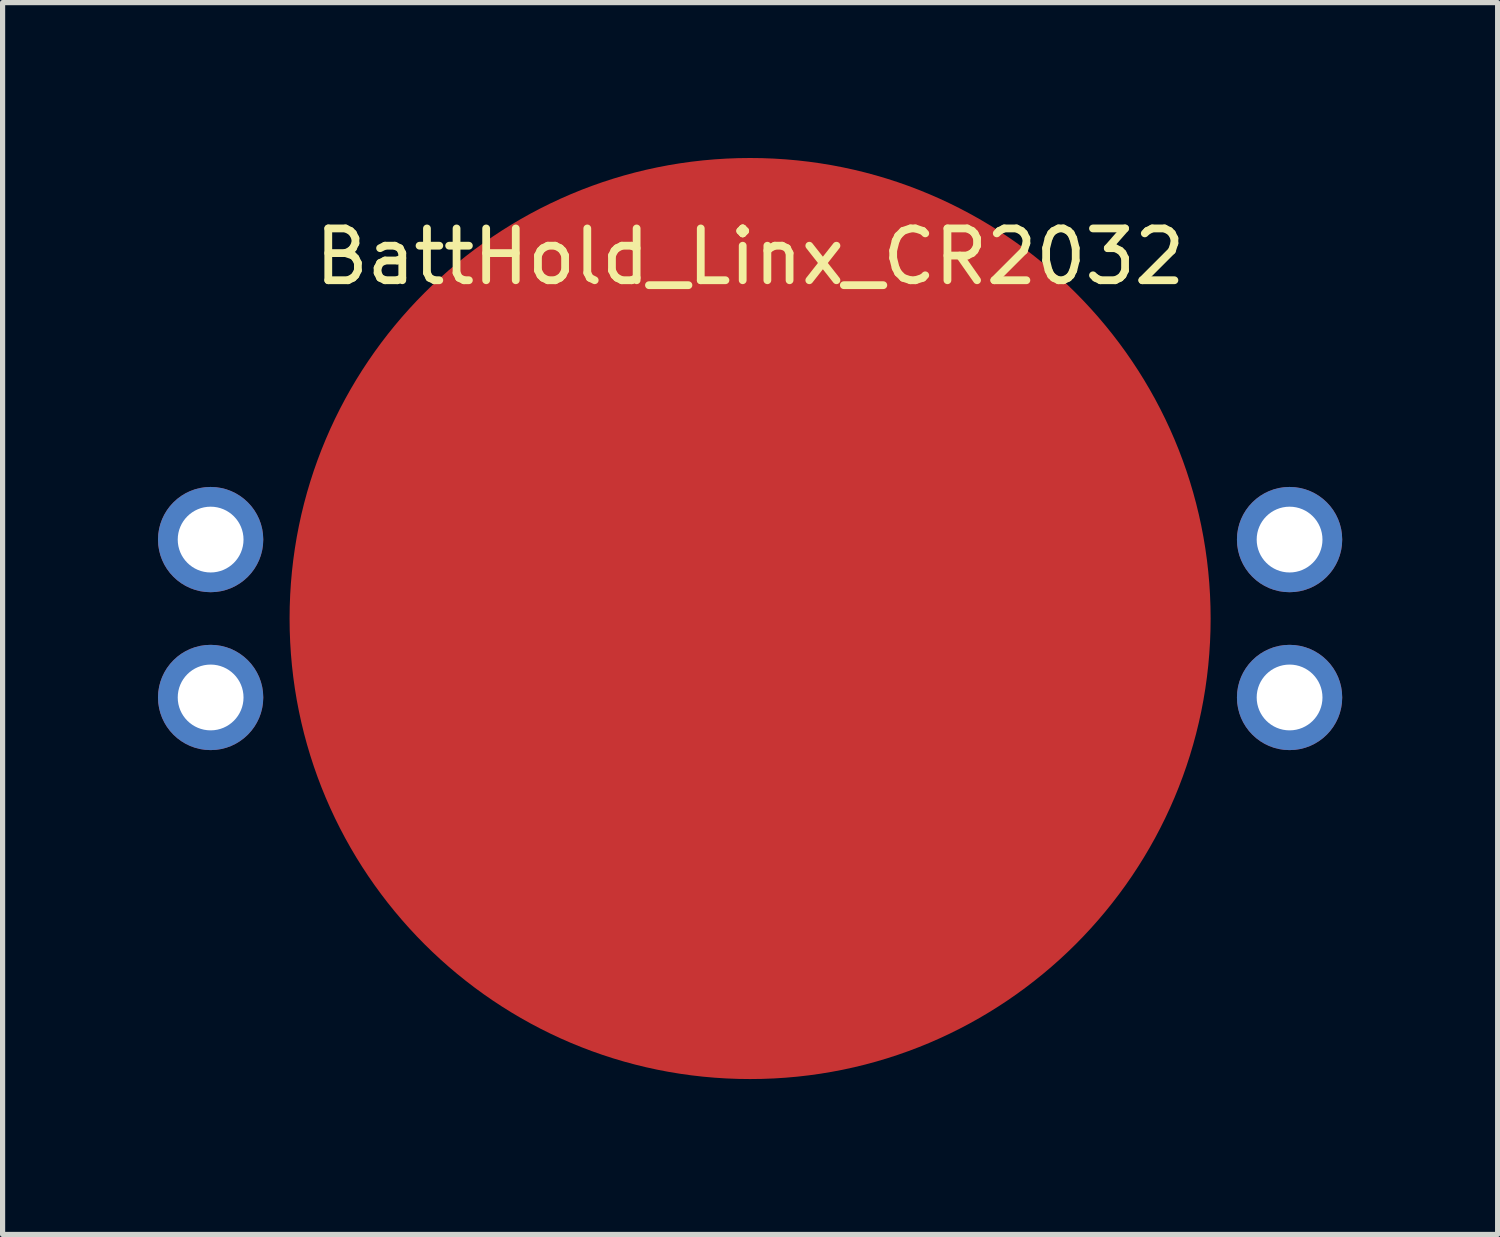
<source format=kicad_pcb>
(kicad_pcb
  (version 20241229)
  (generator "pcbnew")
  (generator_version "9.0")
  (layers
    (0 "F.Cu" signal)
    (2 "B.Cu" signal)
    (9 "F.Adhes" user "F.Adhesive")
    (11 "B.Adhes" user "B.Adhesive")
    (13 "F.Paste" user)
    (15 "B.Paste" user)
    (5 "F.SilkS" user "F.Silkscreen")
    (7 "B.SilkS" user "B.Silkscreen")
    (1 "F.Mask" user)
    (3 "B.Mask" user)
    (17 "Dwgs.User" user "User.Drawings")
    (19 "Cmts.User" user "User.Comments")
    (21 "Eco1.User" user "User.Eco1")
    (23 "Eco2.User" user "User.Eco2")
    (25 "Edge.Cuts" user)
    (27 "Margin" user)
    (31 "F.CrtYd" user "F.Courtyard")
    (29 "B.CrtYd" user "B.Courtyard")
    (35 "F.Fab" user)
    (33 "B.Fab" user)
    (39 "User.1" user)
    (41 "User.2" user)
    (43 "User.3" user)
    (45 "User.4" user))
  (footprint "BattHold_Linx_CR2032"
    (layer "F.Cu")
    (at 11.43 8.89)
    (property "Reference" "BattHold_Linx_CR2032" (at 0 -6.985 0) (layer "F.SilkS") (effects (font (size 1 1) (thickness 0.15))))
    (attr through_hole)
    (pad "1" thru_hole circle (at -10.414 -1.524) (size 2.032 2.032) (drill 1.27) (layers "*.Cu" "*.Mask"))
    (pad "1" thru_hole circle (at -10.414 1.524) (size 2.032 2.032) (drill 1.27) (layers "*.Cu" "*.Mask"))
    (pad "1" thru_hole circle (at 10.414 -1.524) (size 2.032 2.032) (drill 1.27) (layers "*.Cu" "*.Mask"))
    (pad "1" thru_hole circle (at 10.414 1.524) (size 2.032 2.032) (drill 1.27) (layers "*.Cu" "*.Mask"))
    (pad "2" connect circle (at 0 0) (size 17.78 17.78) (layers "F.Cu" "F.Mask")))
  (gr_rect
    (start -3 -3)
    (end 25.86 20.78)
    (stroke (width 0.1) (type default))
    (fill no)
    (layer "Edge.Cuts")))
</source>
